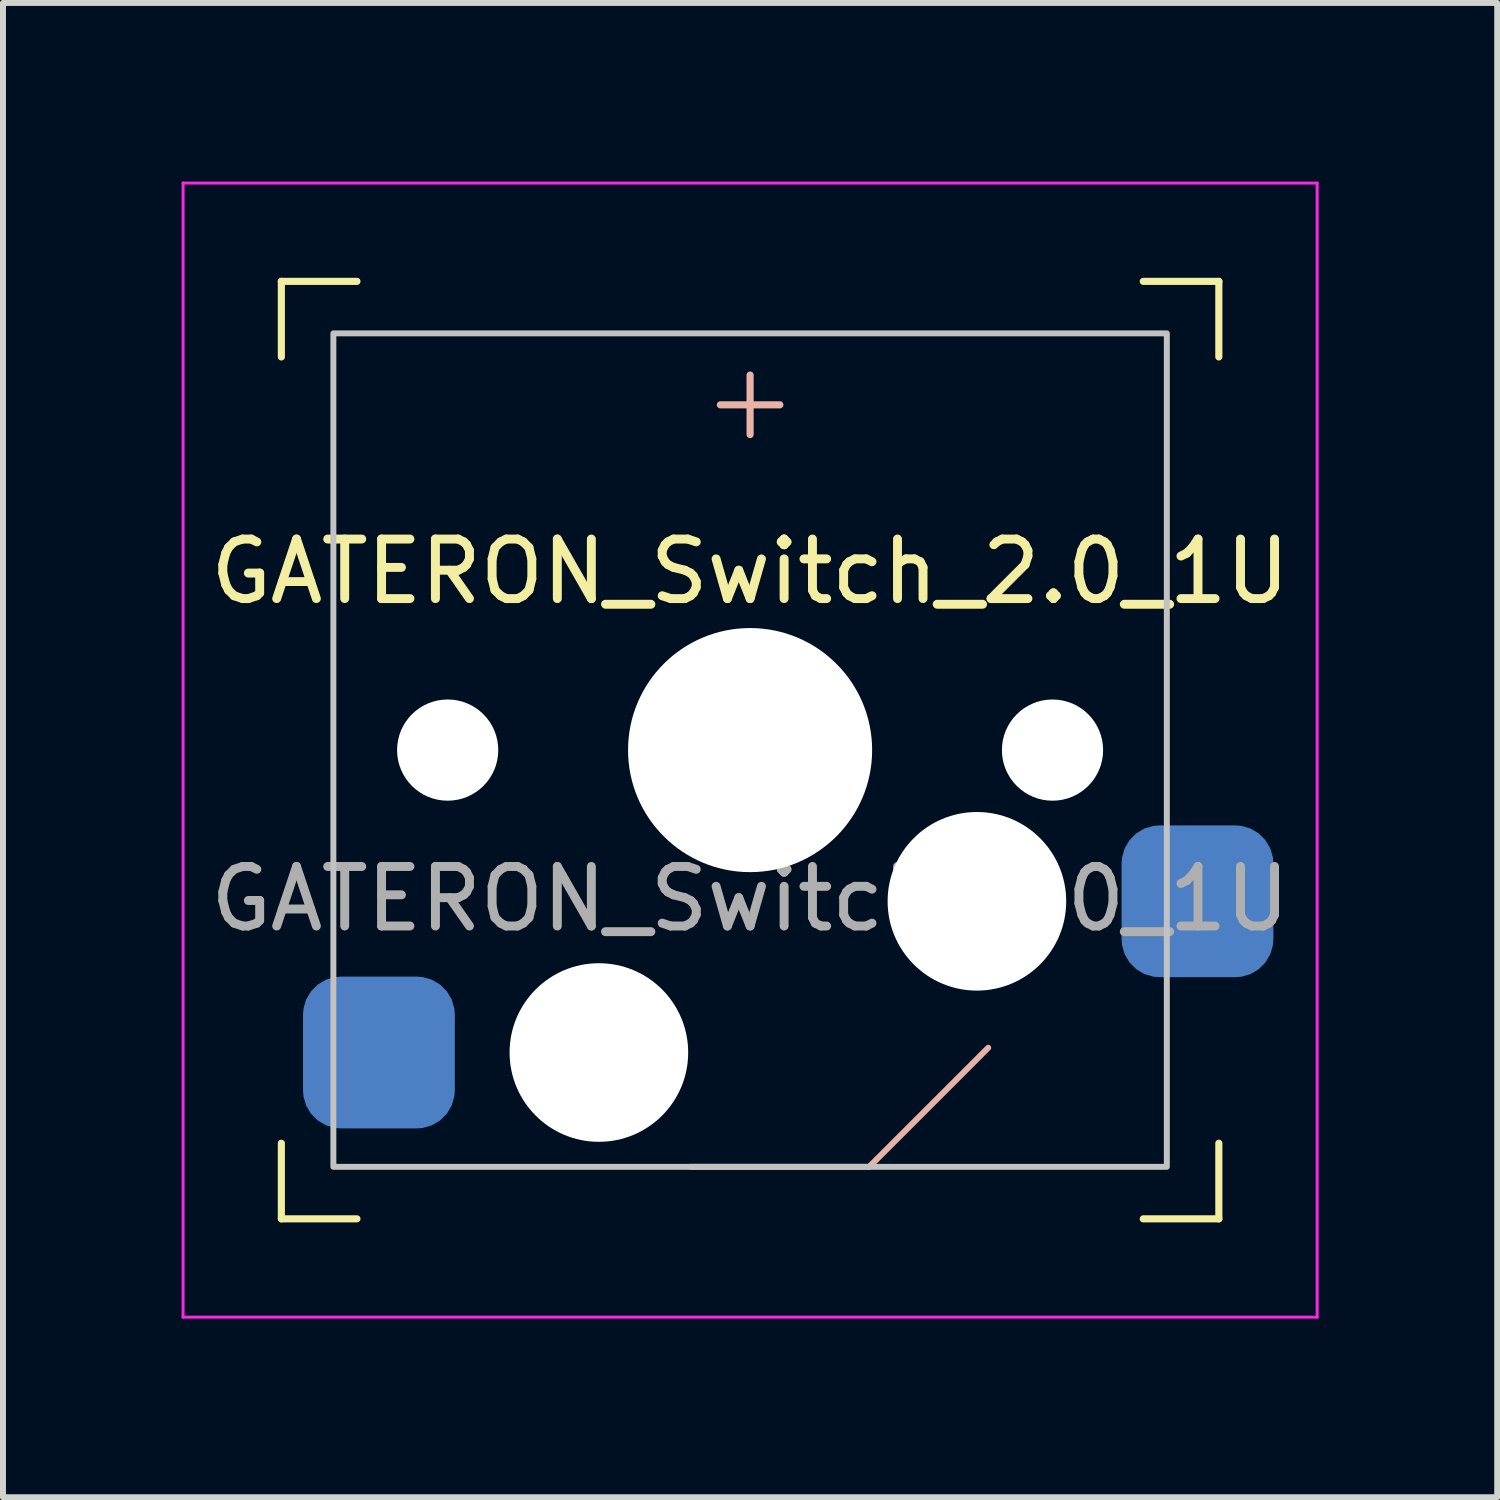
<source format=kicad_pcb>
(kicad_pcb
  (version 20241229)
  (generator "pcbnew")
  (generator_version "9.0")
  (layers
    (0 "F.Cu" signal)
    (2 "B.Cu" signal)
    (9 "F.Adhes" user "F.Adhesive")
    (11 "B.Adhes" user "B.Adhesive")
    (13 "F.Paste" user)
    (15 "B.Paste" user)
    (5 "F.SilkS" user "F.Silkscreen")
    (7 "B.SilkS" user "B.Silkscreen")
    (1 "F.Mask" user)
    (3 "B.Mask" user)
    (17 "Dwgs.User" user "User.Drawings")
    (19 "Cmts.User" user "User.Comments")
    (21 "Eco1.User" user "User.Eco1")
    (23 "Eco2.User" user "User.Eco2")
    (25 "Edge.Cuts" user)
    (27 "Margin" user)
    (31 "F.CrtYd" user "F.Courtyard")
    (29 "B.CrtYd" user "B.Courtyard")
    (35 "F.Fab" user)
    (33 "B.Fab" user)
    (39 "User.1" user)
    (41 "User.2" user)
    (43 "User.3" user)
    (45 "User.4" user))
  (footprint "GATERON_Switch_2.0_1U"
    (layer "F.Cu")
    (at 9.55 9.55)
    (property "Reference" "GATERON_Switch_2.0_1U" (at 0 -3 0) (unlocked yes) (layer "F.SilkS") (effects (font (size 1 1) (thickness 0.15))))
    (attr smd)
    (fp_line (start -7.874 -7.874) (end -6.604 -7.874) (stroke (width 0.12) (type default)) (layer "F.SilkS"))
    (fp_line (start -7.874 -6.604) (end -7.874 -7.874) (stroke (width 0.12) (type default)) (layer "F.SilkS"))
    (fp_line (start -7.874 6.604) (end -7.874 7.874) (stroke (width 0.12) (type default)) (layer "F.SilkS"))
    (fp_line (start -7.874 7.874) (end -6.604 7.874) (stroke (width 0.12) (type default)) (layer "F.SilkS"))
    (fp_line (start 7.874 -7.874) (end 6.604 -7.874) (stroke (width 0.12) (type default)) (layer "F.SilkS"))
    (fp_line (start 7.874 -6.604) (end 7.874 -7.874) (stroke (width 0.12) (type default)) (layer "F.SilkS"))
    (fp_line (start 7.874 6.604) (end 7.874 7.874) (stroke (width 0.12) (type default)) (layer "F.SilkS"))
    (fp_line (start 7.874 7.874) (end 6.604 7.874) (stroke (width 0.12) (type default)) (layer "F.SilkS"))
    (fp_line (start -0.5 -5.8) (end 0.5 -5.8) (stroke (width 0.12) (type default)) (layer "B.SilkS"))
    (fp_line (start 0 -6.3) (end 0 -5.3) (stroke (width 0.12) (type default)) (layer "B.SilkS"))
    (fp_line (start 2 7) (end -1 7) (stroke (width 0.1) (type default)) (layer "B.SilkS"))
    (fp_line (start 4 5) (end 2 7) (stroke (width 0.1) (type default)) (layer "B.SilkS"))
    (fp_rect (start -7 -7) (end 7 7) (stroke (width 0.1) (type solid)) (fill no) (layer "Dwgs.User"))
    (fp_line (start -9.525 -9.525) (end -9.525 9.525) (stroke (width 0.05) (type default)) (layer "F.CrtYd"))
    (fp_line (start -9.525 -9.525) (end 9.525 -9.525) (stroke (width 0.05) (type default)) (layer "F.CrtYd"))
    (fp_line (start -9.525 9.525) (end 9.525 9.525) (stroke (width 0.05) (type default)) (layer "F.CrtYd"))
    (fp_line (start 9.525 -9.525) (end 9.525 9.525) (stroke (width 0.05) (type default)) (layer "F.CrtYd"))
    (fp_text user "${REFERENCE}" (at 0 2.5 0) (unlocked yes) (layer "F.Fab") (effects (font (size 1 1) (thickness 0.15))))
    (pad "" np_thru_hole circle (at -5.08 0) (size 1.7 1.7) (drill 1.7) (layers "*.Cu" "*.Mask"))
    (pad "" np_thru_hole circle (at -2.54 5.08) (size 3 3) (drill 3) (layers "*.Cu" "*.Mask"))
    (pad "" np_thru_hole circle (at 0 0) (size 4.1 4.1) (drill 4.1) (layers "*.Cu" "*.Mask"))
    (pad "" np_thru_hole circle (at 3.81 2.54) (size 3 3) (drill 3) (layers "*.Cu" "*.Mask"))
    (pad "" np_thru_hole circle (at 5.08 0) (size 1.7 1.7) (drill 1.7) (layers "*.Cu" "*.Mask"))
    (pad "1" smd roundrect (at -6.235 5.08) (size 2.55 2.55) (layers "B.Cu" "B.Mask" "B.Paste") (roundrect_rratio 0.25))
    (pad "2" smd roundrect (at 7.515 2.54) (size 2.55 2.55) (layers "B.Cu" "B.Mask" "B.Paste") (roundrect_rratio 0.25)))
  (gr_rect
    (start -3 -3)
    (end 22.1 22.1)
    (stroke (width 0.1) (type default))
    (fill no)
    (layer "Edge.Cuts")))
</source>
